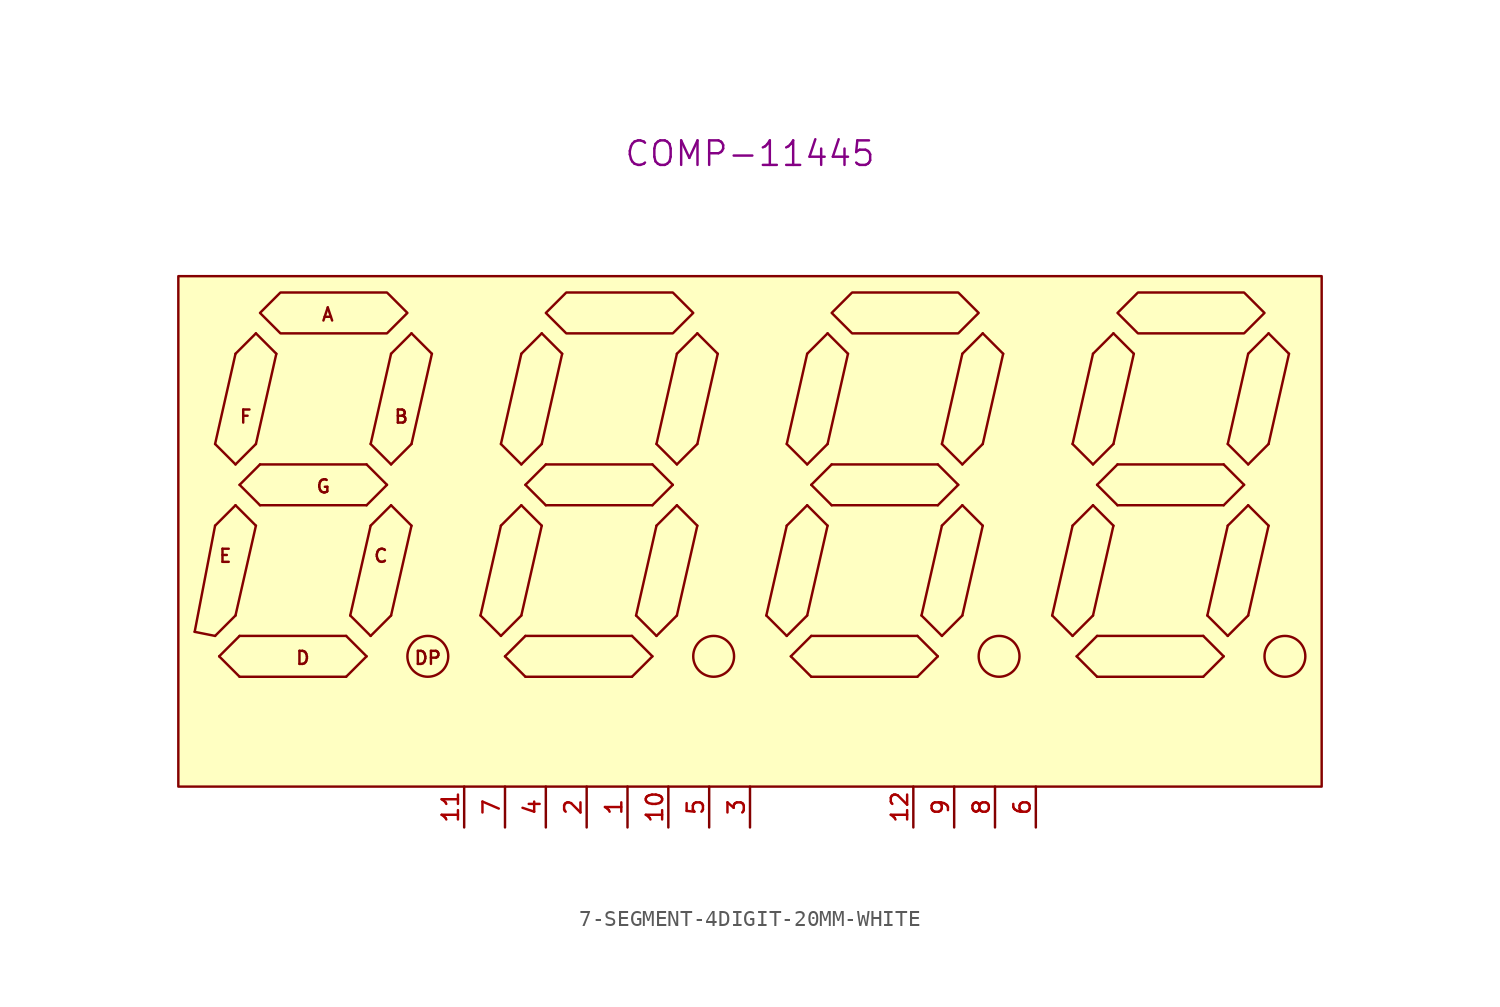
<source format=kicad_sym>
(kicad_symbol_lib
  (version 20211014)
  (generator kicad_symbol_editor)
  (symbol "7-SEGMENT-4DIGIT-20MM-WHITE"
    (pin_names
      (offset 1.016) hide)
    (property "Reference" "DISP"
      (at 0 20.32 0)
      (effects (font (size 1.143 1.143)) hide))
    (property "Field4" "COMP-11445"
      (at 0 24.13 0)
      (effects (font (size 1.524 1.524))))
    (property "ki_locked" ""
      (at 0 0 0)
      (effects (font (size 1.27 1.27))))
    (symbol "7-SEGMENT-4DIGIT-20MM-WHITE_1_0"
      (polyline (pts (xy -34.544 -5.613) (xy -33.274 -5.867)) (stroke (width 0) (type default) (color 0 0 0 0)) (fill (type none)))
      (polyline (pts (xy -33.274 -5.867) (xy -32.004 -4.597)) (stroke (width 0) (type default) (color 0 0 0 0)) (fill (type none)))
      (polyline (pts (xy -33.274 0.991) (xy -34.544 -5.613)) (stroke (width 0) (type default) (color 0 0 0 0)) (fill (type none)))
      (polyline (pts (xy -33.274 6.071) (xy -32.004 4.801)) (stroke (width 0) (type default) (color 0 0 0 0)) (fill (type none)))
      (polyline (pts (xy -33.02 -7.137) (xy -31.75 -8.407)) (stroke (width 0) (type default) (color 0 0 0 0)) (fill (type none)))
      (polyline (pts (xy -33.02 -7.137) (xy -31.75 -5.867)) (stroke (width 0) (type default) (color 0 0 0 0)) (fill (type none)))
      (polyline (pts (xy -32.004 -4.597) (xy -30.734 0.991)) (stroke (width 0) (type default) (color 0 0 0 0)) (fill (type none)))
      (polyline (pts (xy -32.004 2.261) (xy -33.274 0.991)) (stroke (width 0) (type default) (color 0 0 0 0)) (fill (type none)))
      (polyline (pts (xy -32.004 2.261) (xy -30.734 0.991)) (stroke (width 0) (type default) (color 0 0 0 0)) (fill (type none)))
      (polyline (pts (xy -32.004 4.801) (xy -30.734 6.071)) (stroke (width 0) (type default) (color 0 0 0 0)) (fill (type none)))
      (polyline (pts (xy -32.004 11.684) (xy -33.274 6.071)) (stroke (width 0) (type default) (color 0 0 0 0)) (fill (type none)))
      (polyline (pts (xy -31.75 -8.407) (xy -25.121 -8.407)) (stroke (width 0) (type default) (color 0 0 0 0)) (fill (type none)))
      (polyline (pts (xy -31.75 3.531) (xy -30.48 2.261)) (stroke (width 0) (type default) (color 0 0 0 0)) (fill (type none)))
      (polyline (pts (xy -31.75 3.531) (xy -30.48 4.801)) (stroke (width 0) (type default) (color 0 0 0 0)) (fill (type none)))
      (polyline (pts (xy -30.734 6.071) (xy -29.464 11.684)) (stroke (width 0) (type default) (color 0 0 0 0)) (fill (type none)))
      (polyline (pts (xy -30.734 12.954) (xy -32.004 11.684)) (stroke (width 0) (type default) (color 0 0 0 0)) (fill (type none)))
      (polyline (pts (xy -30.734 12.954) (xy -29.464 11.684)) (stroke (width 0) (type default) (color 0 0 0 0)) (fill (type none)))
      (polyline (pts (xy -30.48 2.261) (xy -23.851 2.261)) (stroke (width 0) (type default) (color 0 0 0 0)) (fill (type none)))
      (polyline (pts (xy -25.121 -8.407) (xy -23.851 -7.137)) (stroke (width 0) (type default) (color 0 0 0 0)) (fill (type none)))
      (polyline (pts (xy -25.121 -5.867) (xy -31.75 -5.867)) (stroke (width 0) (type default) (color 0 0 0 0)) (fill (type none)))
      (polyline (pts (xy -24.867 -4.597) (xy -23.597 -5.867)) (stroke (width 0) (type default) (color 0 0 0 0)) (fill (type none)))
      (polyline (pts (xy -23.851 -7.137) (xy -25.121 -5.867)) (stroke (width 0) (type default) (color 0 0 0 0)) (fill (type none)))
      (polyline (pts (xy -23.851 2.261) (xy -22.581 3.531)) (stroke (width 0) (type default) (color 0 0 0 0)) (fill (type none)))
      (polyline (pts (xy -23.851 4.801) (xy -30.48 4.801)) (stroke (width 0) (type default) (color 0 0 0 0)) (fill (type none)))
      (polyline (pts (xy -23.597 -5.867) (xy -22.327 -4.597)) (stroke (width 0) (type default) (color 0 0 0 0)) (fill (type none)))
      (polyline (pts (xy -23.597 0.991) (xy -24.867 -4.597)) (stroke (width 0) (type default) (color 0 0 0 0)) (fill (type none)))
      (polyline (pts (xy -23.597 6.071) (xy -22.327 4.801)) (stroke (width 0) (type default) (color 0 0 0 0)) (fill (type none)))
      (polyline (pts (xy -22.581 3.531) (xy -23.851 4.801)) (stroke (width 0) (type default) (color 0 0 0 0)) (fill (type none)))
      (polyline (pts (xy -22.327 -4.597) (xy -21.057 0.991)) (stroke (width 0) (type default) (color 0 0 0 0)) (fill (type none)))
      (polyline (pts (xy -22.327 2.261) (xy -23.597 0.991)) (stroke (width 0) (type default) (color 0 0 0 0)) (fill (type none)))
      (polyline (pts (xy -22.327 2.261) (xy -21.057 0.991)) (stroke (width 0) (type default) (color 0 0 0 0)) (fill (type none)))
      (polyline (pts (xy -22.327 4.801) (xy -21.057 6.071)) (stroke (width 0) (type default) (color 0 0 0 0)) (fill (type none)))
      (polyline (pts (xy -22.327 11.684) (xy -23.597 6.071)) (stroke (width 0) (type default) (color 0 0 0 0)) (fill (type none)))
      (polyline (pts (xy -21.057 6.071) (xy -19.787 11.684)) (stroke (width 0) (type default) (color 0 0 0 0)) (fill (type none)))
      (polyline (pts (xy -21.057 12.954) (xy -22.327 11.684)) (stroke (width 0) (type default) (color 0 0 0 0)) (fill (type none)))
      (polyline (pts (xy -21.057 12.954) (xy -19.787 11.684)) (stroke (width 0) (type default) (color 0 0 0 0)) (fill (type none)))
      (polyline (pts (xy -16.764 -4.597) (xy -15.494 -5.867)) (stroke (width 0) (type default) (color 0 0 0 0)) (fill (type none)))
      (polyline (pts (xy -15.494 -5.867) (xy -14.224 -4.597)) (stroke (width 0) (type default) (color 0 0 0 0)) (fill (type none)))
      (polyline (pts (xy -15.494 0.991) (xy -16.764 -4.597)) (stroke (width 0) (type default) (color 0 0 0 0)) (fill (type none)))
      (polyline (pts (xy -15.494 6.071) (xy -14.224 4.801)) (stroke (width 0) (type default) (color 0 0 0 0)) (fill (type none)))
      (polyline (pts (xy -15.24 -7.137) (xy -13.97 -8.407)) (stroke (width 0) (type default) (color 0 0 0 0)) (fill (type none)))
      (polyline (pts (xy -15.24 -7.137) (xy -13.97 -5.867)) (stroke (width 0) (type default) (color 0 0 0 0)) (fill (type none)))
      (polyline (pts (xy -14.224 -4.597) (xy -12.954 0.991)) (stroke (width 0) (type default) (color 0 0 0 0)) (fill (type none)))
      (polyline (pts (xy -14.224 2.261) (xy -15.494 0.991)) (stroke (width 0) (type default) (color 0 0 0 0)) (fill (type none)))
      (polyline (pts (xy -14.224 2.261) (xy -12.954 0.991)) (stroke (width 0) (type default) (color 0 0 0 0)) (fill (type none)))
      (polyline (pts (xy -14.224 4.801) (xy -12.954 6.071)) (stroke (width 0) (type default) (color 0 0 0 0)) (fill (type none)))
      (polyline (pts (xy -14.224 11.684) (xy -15.494 6.071)) (stroke (width 0) (type default) (color 0 0 0 0)) (fill (type none)))
      (polyline (pts (xy -13.97 -8.407) (xy -7.341 -8.407)) (stroke (width 0) (type default) (color 0 0 0 0)) (fill (type none)))
      (polyline (pts (xy -13.97 3.531) (xy -12.7 2.261)) (stroke (width 0) (type default) (color 0 0 0 0)) (fill (type none)))
      (polyline (pts (xy -13.97 3.531) (xy -12.7 4.801)) (stroke (width 0) (type default) (color 0 0 0 0)) (fill (type none)))
      (polyline (pts (xy -12.954 6.071) (xy -11.684 11.684)) (stroke (width 0) (type default) (color 0 0 0 0)) (fill (type none)))
      (polyline (pts (xy -12.954 12.954) (xy -14.224 11.684)) (stroke (width 0) (type default) (color 0 0 0 0)) (fill (type none)))
      (polyline (pts (xy -12.954 12.954) (xy -11.684 11.684)) (stroke (width 0) (type default) (color 0 0 0 0)) (fill (type none)))
      (polyline (pts (xy -12.7 2.261) (xy -6.071 2.261)) (stroke (width 0) (type default) (color 0 0 0 0)) (fill (type none)))
      (polyline (pts (xy -7.341 -8.407) (xy -6.071 -7.137)) (stroke (width 0) (type default) (color 0 0 0 0)) (fill (type none)))
      (polyline (pts (xy -7.341 -5.867) (xy -13.97 -5.867)) (stroke (width 0) (type default) (color 0 0 0 0)) (fill (type none)))
      (polyline (pts (xy -7.087 -4.597) (xy -5.817 -5.867)) (stroke (width 0) (type default) (color 0 0 0 0)) (fill (type none)))
      (polyline (pts (xy -6.071 -7.137) (xy -7.341 -5.867)) (stroke (width 0) (type default) (color 0 0 0 0)) (fill (type none)))
      (polyline (pts (xy -6.071 2.261) (xy -4.801 3.531)) (stroke (width 0) (type default) (color 0 0 0 0)) (fill (type none)))
      (polyline (pts (xy -6.071 4.801) (xy -12.7 4.801)) (stroke (width 0) (type default) (color 0 0 0 0)) (fill (type none)))
      (polyline (pts (xy -5.817 -5.867) (xy -4.547 -4.597)) (stroke (width 0) (type default) (color 0 0 0 0)) (fill (type none)))
      (polyline (pts (xy -5.817 0.991) (xy -7.087 -4.597)) (stroke (width 0) (type default) (color 0 0 0 0)) (fill (type none)))
      (polyline (pts (xy -5.817 6.071) (xy -4.547 4.801)) (stroke (width 0) (type default) (color 0 0 0 0)) (fill (type none)))
      (polyline (pts (xy -4.801 3.531) (xy -6.071 4.801)) (stroke (width 0) (type default) (color 0 0 0 0)) (fill (type none)))
      (polyline (pts (xy -4.547 -4.597) (xy -3.277 0.991)) (stroke (width 0) (type default) (color 0 0 0 0)) (fill (type none)))
      (polyline (pts (xy -4.547 2.261) (xy -5.817 0.991)) (stroke (width 0) (type default) (color 0 0 0 0)) (fill (type none)))
      (polyline (pts (xy -4.547 2.261) (xy -3.277 0.991)) (stroke (width 0) (type default) (color 0 0 0 0)) (fill (type none)))
      (polyline (pts (xy -4.547 4.801) (xy -3.277 6.071)) (stroke (width 0) (type default) (color 0 0 0 0)) (fill (type none)))
      (polyline (pts (xy -4.547 11.684) (xy -5.817 6.071)) (stroke (width 0) (type default) (color 0 0 0 0)) (fill (type none)))
      (polyline (pts (xy -3.277 6.071) (xy -2.007 11.684)) (stroke (width 0) (type default) (color 0 0 0 0)) (fill (type none)))
      (polyline (pts (xy -3.277 12.954) (xy -4.547 11.684)) (stroke (width 0) (type default) (color 0 0 0 0)) (fill (type none)))
      (polyline (pts (xy -3.277 12.954) (xy -2.007 11.684)) (stroke (width 0) (type default) (color 0 0 0 0)) (fill (type none)))
      (polyline (pts (xy 1.016 -4.597) (xy 2.286 -5.867)) (stroke (width 0) (type default) (color 0 0 0 0)) (fill (type none)))
      (polyline (pts (xy 2.286 -5.867) (xy 3.556 -4.597)) (stroke (width 0) (type default) (color 0 0 0 0)) (fill (type none)))
      (polyline (pts (xy 2.286 0.991) (xy 1.016 -4.597)) (stroke (width 0) (type default) (color 0 0 0 0)) (fill (type none)))
      (polyline (pts (xy 2.286 6.071) (xy 3.556 4.801)) (stroke (width 0) (type default) (color 0 0 0 0)) (fill (type none)))
      (polyline (pts (xy 2.54 -7.137) (xy 3.81 -8.407)) (stroke (width 0) (type default) (color 0 0 0 0)) (fill (type none)))
      (polyline (pts (xy 2.54 -7.137) (xy 3.81 -5.867)) (stroke (width 0) (type default) (color 0 0 0 0)) (fill (type none)))
      (polyline (pts (xy 3.556 -4.597) (xy 4.826 0.991)) (stroke (width 0) (type default) (color 0 0 0 0)) (fill (type none)))
      (polyline (pts (xy 3.556 2.261) (xy 2.286 0.991)) (stroke (width 0) (type default) (color 0 0 0 0)) (fill (type none)))
      (polyline (pts (xy 3.556 2.261) (xy 4.826 0.991)) (stroke (width 0) (type default) (color 0 0 0 0)) (fill (type none)))
      (polyline (pts (xy 3.556 4.801) (xy 4.826 6.071)) (stroke (width 0) (type default) (color 0 0 0 0)) (fill (type none)))
      (polyline (pts (xy 3.556 11.684) (xy 2.286 6.071)) (stroke (width 0) (type default) (color 0 0 0 0)) (fill (type none)))
      (polyline (pts (xy 3.81 -8.407) (xy 10.414 -8.407)) (stroke (width 0) (type default) (color 0 0 0 0)) (fill (type none)))
      (polyline (pts (xy 3.81 3.531) (xy 5.08 2.261)) (stroke (width 0) (type default) (color 0 0 0 0)) (fill (type none)))
      (polyline (pts (xy 3.81 3.531) (xy 5.08 4.801)) (stroke (width 0) (type default) (color 0 0 0 0)) (fill (type none)))
      (polyline (pts (xy 4.826 6.071) (xy 6.096 11.684)) (stroke (width 0) (type default) (color 0 0 0 0)) (fill (type none)))
      (polyline (pts (xy 4.826 12.954) (xy 3.556 11.684)) (stroke (width 0) (type default) (color 0 0 0 0)) (fill (type none)))
      (polyline (pts (xy 4.826 12.954) (xy 6.096 11.684)) (stroke (width 0) (type default) (color 0 0 0 0)) (fill (type none)))
      (polyline (pts (xy 5.08 2.261) (xy 11.684 2.261)) (stroke (width 0) (type default) (color 0 0 0 0)) (fill (type none)))
      (polyline (pts (xy 10.414 -8.407) (xy 11.684 -7.137)) (stroke (width 0) (type default) (color 0 0 0 0)) (fill (type none)))
      (polyline (pts (xy 10.414 -5.867) (xy 3.81 -5.867)) (stroke (width 0) (type default) (color 0 0 0 0)) (fill (type none)))
      (polyline (pts (xy 10.668 -4.597) (xy 11.938 -5.867)) (stroke (width 0) (type default) (color 0 0 0 0)) (fill (type none)))
      (polyline (pts (xy 11.684 -7.137) (xy 10.414 -5.867)) (stroke (width 0) (type default) (color 0 0 0 0)) (fill (type none)))
      (polyline (pts (xy 11.684 2.261) (xy 12.954 3.531)) (stroke (width 0) (type default) (color 0 0 0 0)) (fill (type none)))
      (polyline (pts (xy 11.684 4.801) (xy 5.08 4.801)) (stroke (width 0) (type default) (color 0 0 0 0)) (fill (type none)))
      (polyline (pts (xy 11.938 -5.867) (xy 13.208 -4.597)) (stroke (width 0) (type default) (color 0 0 0 0)) (fill (type none)))
      (polyline (pts (xy 11.938 0.991) (xy 10.668 -4.597)) (stroke (width 0) (type default) (color 0 0 0 0)) (fill (type none)))
      (polyline (pts (xy 11.938 6.071) (xy 13.208 4.801)) (stroke (width 0) (type default) (color 0 0 0 0)) (fill (type none)))
      (polyline (pts (xy 12.954 3.531) (xy 11.684 4.801)) (stroke (width 0) (type default) (color 0 0 0 0)) (fill (type none)))
      (polyline (pts (xy 13.208 -4.597) (xy 14.478 0.991)) (stroke (width 0) (type default) (color 0 0 0 0)) (fill (type none)))
      (polyline (pts (xy 13.208 2.261) (xy 11.938 0.991)) (stroke (width 0) (type default) (color 0 0 0 0)) (fill (type none)))
      (polyline (pts (xy 13.208 2.261) (xy 14.478 0.991)) (stroke (width 0) (type default) (color 0 0 0 0)) (fill (type none)))
      (polyline (pts (xy 13.208 4.801) (xy 14.478 6.071)) (stroke (width 0) (type default) (color 0 0 0 0)) (fill (type none)))
      (polyline (pts (xy 13.208 11.684) (xy 11.938 6.071)) (stroke (width 0) (type default) (color 0 0 0 0)) (fill (type none)))
      (polyline (pts (xy 14.478 6.071) (xy 15.748 11.684)) (stroke (width 0) (type default) (color 0 0 0 0)) (fill (type none)))
      (polyline (pts (xy 14.478 12.954) (xy 13.208 11.684)) (stroke (width 0) (type default) (color 0 0 0 0)) (fill (type none)))
      (polyline (pts (xy 14.478 12.954) (xy 15.748 11.684)) (stroke (width 0) (type default) (color 0 0 0 0)) (fill (type none)))
      (polyline (pts (xy 18.796 -4.597) (xy 20.066 -5.867)) (stroke (width 0) (type default) (color 0 0 0 0)) (fill (type none)))
      (polyline (pts (xy 20.066 -5.867) (xy 21.336 -4.597)) (stroke (width 0) (type default) (color 0 0 0 0)) (fill (type none)))
      (polyline (pts (xy 20.066 0.991) (xy 18.796 -4.597)) (stroke (width 0) (type default) (color 0 0 0 0)) (fill (type none)))
      (polyline (pts (xy 20.066 6.071) (xy 21.336 4.801)) (stroke (width 0) (type default) (color 0 0 0 0)) (fill (type none)))
      (polyline (pts (xy 20.32 -7.137) (xy 21.59 -8.407)) (stroke (width 0) (type default) (color 0 0 0 0)) (fill (type none)))
      (polyline (pts (xy 20.32 -7.137) (xy 21.59 -5.867)) (stroke (width 0) (type default) (color 0 0 0 0)) (fill (type none)))
      (polyline (pts (xy 21.336 -4.597) (xy 22.606 0.991)) (stroke (width 0) (type default) (color 0 0 0 0)) (fill (type none)))
      (polyline (pts (xy 21.336 2.261) (xy 20.066 0.991)) (stroke (width 0) (type default) (color 0 0 0 0)) (fill (type none)))
      (polyline (pts (xy 21.336 2.261) (xy 22.606 0.991)) (stroke (width 0) (type default) (color 0 0 0 0)) (fill (type none)))
      (polyline (pts (xy 21.336 4.801) (xy 22.606 6.071)) (stroke (width 0) (type default) (color 0 0 0 0)) (fill (type none)))
      (polyline (pts (xy 21.336 11.684) (xy 20.066 6.071)) (stroke (width 0) (type default) (color 0 0 0 0)) (fill (type none)))
      (polyline (pts (xy 21.59 -8.407) (xy 28.194 -8.407)) (stroke (width 0) (type default) (color 0 0 0 0)) (fill (type none)))
      (polyline (pts (xy 21.59 3.531) (xy 22.86 2.261)) (stroke (width 0) (type default) (color 0 0 0 0)) (fill (type none)))
      (polyline (pts (xy 21.59 3.531) (xy 22.86 4.801)) (stroke (width 0) (type default) (color 0 0 0 0)) (fill (type none)))
      (polyline (pts (xy 22.606 6.071) (xy 23.876 11.684)) (stroke (width 0) (type default) (color 0 0 0 0)) (fill (type none)))
      (polyline (pts (xy 22.606 12.954) (xy 21.336 11.684)) (stroke (width 0) (type default) (color 0 0 0 0)) (fill (type none)))
      (polyline (pts (xy 22.606 12.954) (xy 23.876 11.684)) (stroke (width 0) (type default) (color 0 0 0 0)) (fill (type none)))
      (polyline (pts (xy 22.86 2.261) (xy 29.464 2.261)) (stroke (width 0) (type default) (color 0 0 0 0)) (fill (type none)))
      (polyline (pts (xy 28.194 -8.407) (xy 29.464 -7.137)) (stroke (width 0) (type default) (color 0 0 0 0)) (fill (type none)))
      (polyline (pts (xy 28.194 -5.867) (xy 21.59 -5.867)) (stroke (width 0) (type default) (color 0 0 0 0)) (fill (type none)))
      (polyline (pts (xy 28.448 -4.597) (xy 29.718 -5.867)) (stroke (width 0) (type default) (color 0 0 0 0)) (fill (type none)))
      (polyline (pts (xy 29.464 -7.137) (xy 28.194 -5.867)) (stroke (width 0) (type default) (color 0 0 0 0)) (fill (type none)))
      (polyline (pts (xy 29.464 2.261) (xy 30.734 3.531)) (stroke (width 0) (type default) (color 0 0 0 0)) (fill (type none)))
      (polyline (pts (xy 29.464 4.801) (xy 22.86 4.801)) (stroke (width 0) (type default) (color 0 0 0 0)) (fill (type none)))
      (polyline (pts (xy 29.718 -5.867) (xy 30.988 -4.597)) (stroke (width 0) (type default) (color 0 0 0 0)) (fill (type none)))
      (polyline (pts (xy 29.718 0.991) (xy 28.448 -4.597)) (stroke (width 0) (type default) (color 0 0 0 0)) (fill (type none)))
      (polyline (pts (xy 29.718 6.071) (xy 30.988 4.801)) (stroke (width 0) (type default) (color 0 0 0 0)) (fill (type none)))
      (polyline (pts (xy 30.734 3.531) (xy 29.464 4.801)) (stroke (width 0) (type default) (color 0 0 0 0)) (fill (type none)))
      (polyline (pts (xy 30.988 -4.597) (xy 32.258 0.991)) (stroke (width 0) (type default) (color 0 0 0 0)) (fill (type none)))
      (polyline (pts (xy 30.988 2.261) (xy 29.718 0.991)) (stroke (width 0) (type default) (color 0 0 0 0)) (fill (type none)))
      (polyline (pts (xy 30.988 2.261) (xy 32.258 0.991)) (stroke (width 0) (type default) (color 0 0 0 0)) (fill (type none)))
      (polyline (pts (xy 30.988 4.801) (xy 32.258 6.071)) (stroke (width 0) (type default) (color 0 0 0 0)) (fill (type none)))
      (polyline (pts (xy 30.988 11.684) (xy 29.718 6.071)) (stroke (width 0) (type default) (color 0 0 0 0)) (fill (type none)))
      (polyline (pts (xy 32.258 6.071) (xy 33.528 11.684)) (stroke (width 0) (type default) (color 0 0 0 0)) (fill (type none)))
      (polyline (pts (xy 32.258 12.954) (xy 30.988 11.684)) (stroke (width 0) (type default) (color 0 0 0 0)) (fill (type none)))
      (polyline (pts (xy 32.258 12.954) (xy 33.528 11.684)) (stroke (width 0) (type default) (color 0 0 0 0)) (fill (type none)))
      (text "A" (at -26.264 14.122 0) (effects (font (size 0.813 0.813))))
      (text "B" (at -21.692 7.772 0) (effects (font (size 0.813 0.813))))
      (text "C" (at -22.962 -0.889 0) (effects (font (size 0.813 0.813))))
      (text "D" (at -27.813 -7.239 0) (effects (font (size 0.813 0.813))))
      (text "DP" (at -20.041 -7.239 0) (effects (font (size 0.813 0.813))))
      (text "E" (at -32.639 -0.889 0) (effects (font (size 0.813 0.813))))
      (text "F" (at -31.369 7.772 0) (effects (font (size 0.813 0.813))))
      (text "G" (at -26.543 3.429 0) (effects (font (size 0.813 0.813)))))
    (symbol "7-SEGMENT-4DIGIT-20MM-WHITE_1_1"
      (circle (center -20.041 -7.137) (radius 1.27) (stroke (width 0) (type default) (color 0 0 0 0)) (fill (type none)))
      (circle (center -2.261 -7.137) (radius 1.27) (stroke (width 0) (type default) (color 0 0 0 0)) (fill (type none)))
      (polyline (pts (xy -35.56 16.51) (xy 35.56 16.51) (xy 35.56 -15.24) (xy -35.56 -15.24) (xy -35.56 16.51)) (stroke (width 0) (type default) (color 0 0 0 0)) (fill (type background)))
      (polyline (pts (xy -22.581 15.494) (xy -21.311 14.224) (xy -22.581 12.954) (xy -29.21 12.954) (xy -30.48 14.224) (xy -29.21 15.494) (xy -22.581 15.494)) (stroke (width 0) (type default) (color 0 0 0 0)) (fill (type background)))
      (polyline (pts (xy -4.801 15.494) (xy -3.531 14.224) (xy -4.801 12.954) (xy -11.43 12.954) (xy -12.7 14.224) (xy -11.43 15.494) (xy -4.801 15.494)) (stroke (width 0) (type default) (color 0 0 0 0)) (fill (type background)))
      (polyline (pts (xy 12.954 15.494) (xy 14.224 14.224) (xy 12.954 12.954) (xy 6.35 12.954) (xy 5.08 14.224) (xy 6.35 15.494) (xy 12.954 15.494)) (stroke (width 0) (type default) (color 0 0 0 0)) (fill (type background)))
      (polyline (pts (xy 30.734 15.494) (xy 32.004 14.224) (xy 30.734 12.954) (xy 24.13 12.954) (xy 22.86 14.224) (xy 24.13 15.494) (xy 30.734 15.494)) (stroke (width 0) (type default) (color 0 0 0 0)) (fill (type background)))
      (circle (center 15.494 -7.137) (radius 1.27) (stroke (width 0) (type default) (color 0 0 0 0)) (fill (type none)))
      (circle (center 33.274 -7.137) (radius 1.27) (stroke (width 0) (type default) (color 0 0 0 0)) (fill (type none)))
      (pin bidirectional line (at -7.62 -17.78 90) (length 2.54) (name "E" (effects (font (size 1.016 1.016)))) (number "1" (effects (font (size 1.016 1.016)))))
      (pin bidirectional line (at -5.08 -17.78 90) (length 2.54) (name "F" (effects (font (size 1.016 1.016)))) (number "10" (effects (font (size 1.016 1.016)))))
      (pin bidirectional line (at -17.78 -17.78 90) (length 2.54) (name "A" (effects (font (size 1.016 1.016)))) (number "11" (effects (font (size 1.016 1.016)))))
      (pin bidirectional line (at 10.16 -17.78 90) (length 2.54) (name "D1" (effects (font (size 1.016 1.016)))) (number "12" (effects (font (size 1.016 1.016)))))
      (pin bidirectional line (at -10.16 -17.78 90) (length 2.54) (name "D" (effects (font (size 1.016 1.016)))) (number "2" (effects (font (size 1.016 1.016)))))
      (pin bidirectional line (at 0 -17.78 90) (length 2.54) (name "DP" (effects (font (size 1.016 1.016)))) (number "3" (effects (font (size 1.016 1.016)))))
      (pin bidirectional line (at -12.7 -17.78 90) (length 2.54) (name "C" (effects (font (size 1.016 1.016)))) (number "4" (effects (font (size 1.016 1.016)))))
      (pin bidirectional line (at -2.54 -17.78 90) (length 2.54) (name "G" (effects (font (size 1.016 1.016)))) (number "5" (effects (font (size 1.016 1.016)))))
      (pin bidirectional line (at 17.78 -17.78 90) (length 2.54) (name "D4" (effects (font (size 1.016 1.016)))) (number "6" (effects (font (size 1.016 1.016)))))
      (pin bidirectional line (at -15.24 -17.78 90) (length 2.54) (name "B" (effects (font (size 1.016 1.016)))) (number "7" (effects (font (size 1.016 1.016)))))
      (pin bidirectional line (at 15.24 -17.78 90) (length 2.54) (name "D3" (effects (font (size 1.016 1.016)))) (number "8" (effects (font (size 1.016 1.016)))))
      (pin bidirectional line (at 12.7 -17.78 90) (length 2.54) (name "D2" (effects (font (size 1.016 1.016)))) (number "9" (effects (font (size 1.016 1.016))))))))
</source>
